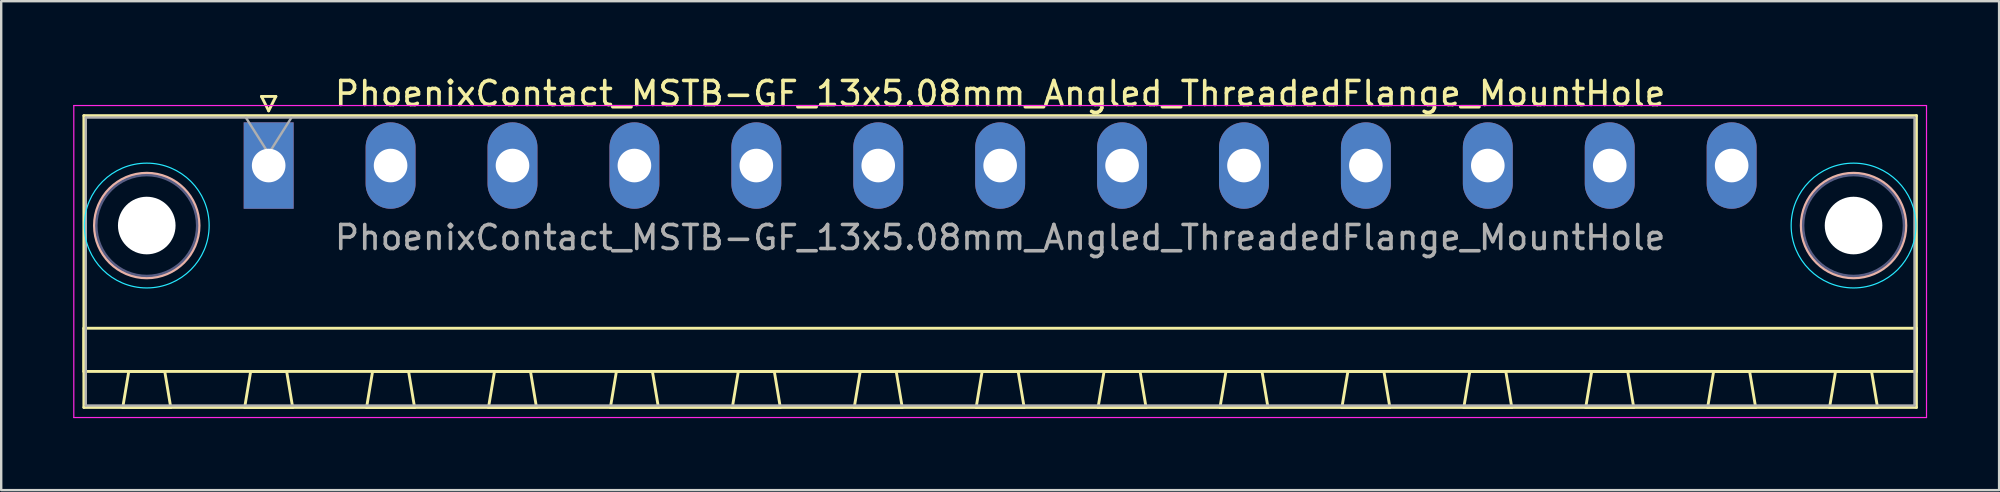
<source format=kicad_pcb>
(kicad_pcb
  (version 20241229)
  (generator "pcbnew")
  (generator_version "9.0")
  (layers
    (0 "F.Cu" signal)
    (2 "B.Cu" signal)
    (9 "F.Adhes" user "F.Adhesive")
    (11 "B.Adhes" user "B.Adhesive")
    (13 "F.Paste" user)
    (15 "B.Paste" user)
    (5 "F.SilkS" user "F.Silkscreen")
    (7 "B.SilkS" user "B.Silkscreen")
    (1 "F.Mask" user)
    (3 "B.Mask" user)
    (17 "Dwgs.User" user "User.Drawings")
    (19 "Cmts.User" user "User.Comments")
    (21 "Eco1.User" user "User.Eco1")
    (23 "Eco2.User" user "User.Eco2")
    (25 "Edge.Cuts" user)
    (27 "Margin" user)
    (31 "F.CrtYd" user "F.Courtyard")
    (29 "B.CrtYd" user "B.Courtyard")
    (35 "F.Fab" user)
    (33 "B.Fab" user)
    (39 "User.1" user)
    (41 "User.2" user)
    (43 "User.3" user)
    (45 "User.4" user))
  (footprint "PhoenixContact_MSTB-GF_13x5.08mm_Angled_ThreadedFlange_MountHole"
    (layer "F.Cu")
    (at 8.145 3.848)
    (property "Reference" "PhoenixContact_MSTB-GF_13x5.08mm_Angled_ThreadedFlange_MountHole" (at 30.48 -3 0) (layer "F.SilkS") (effects (font (size 1 1) (thickness 0.15))))
    (attr through_hole)
    (fp_line (start -7.7 -2.08) (end -7.7 10.08) (stroke (width 0.12) (type solid)) (layer "F.SilkS"))
    (fp_line (start -7.7 6.78) (end 68.66 6.78) (stroke (width 0.12) (type solid)) (layer "F.SilkS"))
    (fp_line (start -7.7 8.58) (end -7.7 6.78) (stroke (width 0.12) (type solid)) (layer "F.SilkS"))
    (fp_line (start -7.7 10.08) (end 68.66 10.08) (stroke (width 0.12) (type solid)) (layer "F.SilkS"))
    (fp_line (start -6.08 10.08) (end -4.08 10.08) (stroke (width 0.12) (type solid)) (layer "F.SilkS"))
    (fp_line (start -5.83 8.58) (end -6.08 10.08) (stroke (width 0.12) (type solid)) (layer "F.SilkS"))
    (fp_line (start -4.33 8.58) (end -5.83 8.58) (stroke (width 0.12) (type solid)) (layer "F.SilkS"))
    (fp_line (start -4.08 10.08) (end -4.33 8.58) (stroke (width 0.12) (type solid)) (layer "F.SilkS"))
    (fp_line (start -1 10.08) (end 1 10.08) (stroke (width 0.12) (type solid)) (layer "F.SilkS"))
    (fp_line (start -0.75 8.58) (end -1 10.08) (stroke (width 0.12) (type solid)) (layer "F.SilkS"))
    (fp_line (start -0.3 -2.88) (end 0.3 -2.88) (stroke (width 0.12) (type solid)) (layer "F.SilkS"))
    (fp_line (start 0 -2.28) (end -0.3 -2.88) (stroke (width 0.12) (type solid)) (layer "F.SilkS"))
    (fp_line (start 0.3 -2.88) (end 0 -2.28) (stroke (width 0.12) (type solid)) (layer "F.SilkS"))
    (fp_line (start 0.75 8.58) (end -0.75 8.58) (stroke (width 0.12) (type solid)) (layer "F.SilkS"))
    (fp_line (start 1 10.08) (end 0.75 8.58) (stroke (width 0.12) (type solid)) (layer "F.SilkS"))
    (fp_line (start 4.08 10.08) (end 6.08 10.08) (stroke (width 0.12) (type solid)) (layer "F.SilkS"))
    (fp_line (start 4.33 8.58) (end 4.08 10.08) (stroke (width 0.12) (type solid)) (layer "F.SilkS"))
    (fp_line (start 5.83 8.58) (end 4.33 8.58) (stroke (width 0.12) (type solid)) (layer "F.SilkS"))
    (fp_line (start 6.08 10.08) (end 5.83 8.58) (stroke (width 0.12) (type solid)) (layer "F.SilkS"))
    (fp_line (start 9.16 10.08) (end 11.16 10.08) (stroke (width 0.12) (type solid)) (layer "F.SilkS"))
    (fp_line (start 9.41 8.58) (end 9.16 10.08) (stroke (width 0.12) (type solid)) (layer "F.SilkS"))
    (fp_line (start 10.91 8.58) (end 9.41 8.58) (stroke (width 0.12) (type solid)) (layer "F.SilkS"))
    (fp_line (start 11.16 10.08) (end 10.91 8.58) (stroke (width 0.12) (type solid)) (layer "F.SilkS"))
    (fp_line (start 14.24 10.08) (end 16.24 10.08) (stroke (width 0.12) (type solid)) (layer "F.SilkS"))
    (fp_line (start 14.49 8.58) (end 14.24 10.08) (stroke (width 0.12) (type solid)) (layer "F.SilkS"))
    (fp_line (start 15.99 8.58) (end 14.49 8.58) (stroke (width 0.12) (type solid)) (layer "F.SilkS"))
    (fp_line (start 16.24 10.08) (end 15.99 8.58) (stroke (width 0.12) (type solid)) (layer "F.SilkS"))
    (fp_line (start 19.32 10.08) (end 21.32 10.08) (stroke (width 0.12) (type solid)) (layer "F.SilkS"))
    (fp_line (start 19.57 8.58) (end 19.32 10.08) (stroke (width 0.12) (type solid)) (layer "F.SilkS"))
    (fp_line (start 21.07 8.58) (end 19.57 8.58) (stroke (width 0.12) (type solid)) (layer "F.SilkS"))
    (fp_line (start 21.32 10.08) (end 21.07 8.58) (stroke (width 0.12) (type solid)) (layer "F.SilkS"))
    (fp_line (start 24.4 10.08) (end 26.4 10.08) (stroke (width 0.12) (type solid)) (layer "F.SilkS"))
    (fp_line (start 24.65 8.58) (end 24.4 10.08) (stroke (width 0.12) (type solid)) (layer "F.SilkS"))
    (fp_line (start 26.15 8.58) (end 24.65 8.58) (stroke (width 0.12) (type solid)) (layer "F.SilkS"))
    (fp_line (start 26.4 10.08) (end 26.15 8.58) (stroke (width 0.12) (type solid)) (layer "F.SilkS"))
    (fp_line (start 29.48 10.08) (end 31.48 10.08) (stroke (width 0.12) (type solid)) (layer "F.SilkS"))
    (fp_line (start 29.73 8.58) (end 29.48 10.08) (stroke (width 0.12) (type solid)) (layer "F.SilkS"))
    (fp_line (start 31.23 8.58) (end 29.73 8.58) (stroke (width 0.12) (type solid)) (layer "F.SilkS"))
    (fp_line (start 31.48 10.08) (end 31.23 8.58) (stroke (width 0.12) (type solid)) (layer "F.SilkS"))
    (fp_line (start 34.56 10.08) (end 36.56 10.08) (stroke (width 0.12) (type solid)) (layer "F.SilkS"))
    (fp_line (start 34.81 8.58) (end 34.56 10.08) (stroke (width 0.12) (type solid)) (layer "F.SilkS"))
    (fp_line (start 36.31 8.58) (end 34.81 8.58) (stroke (width 0.12) (type solid)) (layer "F.SilkS"))
    (fp_line (start 36.56 10.08) (end 36.31 8.58) (stroke (width 0.12) (type solid)) (layer "F.SilkS"))
    (fp_line (start 39.64 10.08) (end 41.64 10.08) (stroke (width 0.12) (type solid)) (layer "F.SilkS"))
    (fp_line (start 39.89 8.58) (end 39.64 10.08) (stroke (width 0.12) (type solid)) (layer "F.SilkS"))
    (fp_line (start 41.39 8.58) (end 39.89 8.58) (stroke (width 0.12) (type solid)) (layer "F.SilkS"))
    (fp_line (start 41.64 10.08) (end 41.39 8.58) (stroke (width 0.12) (type solid)) (layer "F.SilkS"))
    (fp_line (start 44.72 10.08) (end 46.72 10.08) (stroke (width 0.12) (type solid)) (layer "F.SilkS"))
    (fp_line (start 44.97 8.58) (end 44.72 10.08) (stroke (width 0.12) (type solid)) (layer "F.SilkS"))
    (fp_line (start 46.47 8.58) (end 44.97 8.58) (stroke (width 0.12) (type solid)) (layer "F.SilkS"))
    (fp_line (start 46.72 10.08) (end 46.47 8.58) (stroke (width 0.12) (type solid)) (layer "F.SilkS"))
    (fp_line (start 49.8 10.08) (end 51.8 10.08) (stroke (width 0.12) (type solid)) (layer "F.SilkS"))
    (fp_line (start 50.05 8.58) (end 49.8 10.08) (stroke (width 0.12) (type solid)) (layer "F.SilkS"))
    (fp_line (start 51.55 8.58) (end 50.05 8.58) (stroke (width 0.12) (type solid)) (layer "F.SilkS"))
    (fp_line (start 51.8 10.08) (end 51.55 8.58) (stroke (width 0.12) (type solid)) (layer "F.SilkS"))
    (fp_line (start 54.88 10.08) (end 56.88 10.08) (stroke (width 0.12) (type solid)) (layer "F.SilkS"))
    (fp_line (start 55.13 8.58) (end 54.88 10.08) (stroke (width 0.12) (type solid)) (layer "F.SilkS"))
    (fp_line (start 56.63 8.58) (end 55.13 8.58) (stroke (width 0.12) (type solid)) (layer "F.SilkS"))
    (fp_line (start 56.88 10.08) (end 56.63 8.58) (stroke (width 0.12) (type solid)) (layer "F.SilkS"))
    (fp_line (start 59.96 10.08) (end 61.96 10.08) (stroke (width 0.12) (type solid)) (layer "F.SilkS"))
    (fp_line (start 60.21 8.58) (end 59.96 10.08) (stroke (width 0.12) (type solid)) (layer "F.SilkS"))
    (fp_line (start 61.71 8.58) (end 60.21 8.58) (stroke (width 0.12) (type solid)) (layer "F.SilkS"))
    (fp_line (start 61.96 10.08) (end 61.71 8.58) (stroke (width 0.12) (type solid)) (layer "F.SilkS"))
    (fp_line (start 65.04 10.08) (end 67.04 10.08) (stroke (width 0.12) (type solid)) (layer "F.SilkS"))
    (fp_line (start 65.29 8.58) (end 65.04 10.08) (stroke (width 0.12) (type solid)) (layer "F.SilkS"))
    (fp_line (start 66.79 8.58) (end 65.29 8.58) (stroke (width 0.12) (type solid)) (layer "F.SilkS"))
    (fp_line (start 67.04 10.08) (end 66.79 8.58) (stroke (width 0.12) (type solid)) (layer "F.SilkS"))
    (fp_line (start 68.66 -2.08) (end -7.7 -2.08) (stroke (width 0.12) (type solid)) (layer "F.SilkS"))
    (fp_line (start 68.66 6.78) (end 68.66 8.58) (stroke (width 0.12) (type solid)) (layer "F.SilkS"))
    (fp_line (start 68.66 8.58) (end -7.7 8.58) (stroke (width 0.12) (type solid)) (layer "F.SilkS"))
    (fp_line (start 68.66 10.08) (end 68.66 -2.08) (stroke (width 0.12) (type solid)) (layer "F.SilkS"))
    (fp_circle (center -5.08 2.5) (end -2.9 2.5) (stroke (width 0.12) (type solid)) (fill no) (layer "B.SilkS"))
    (fp_circle (center 66.04 2.5) (end 68.22 2.5) (stroke (width 0.12) (type solid)) (fill no) (layer "B.SilkS"))
    (fp_circle (center -5.08 2.5) (end -2.48 2.5) (stroke (width 0.05) (type solid)) (fill no) (layer "B.CrtYd"))
    (fp_circle (center 66.04 2.5) (end 68.64 2.5) (stroke (width 0.05) (type solid)) (fill no) (layer "B.CrtYd"))
    (fp_line (start -8.12 -2.5) (end -8.12 10.5) (stroke (width 0.05) (type solid)) (layer "F.CrtYd"))
    (fp_line (start -8.12 10.5) (end 69.08 10.5) (stroke (width 0.05) (type solid)) (layer "F.CrtYd"))
    (fp_line (start 69.08 -2.5) (end -8.12 -2.5) (stroke (width 0.05) (type solid)) (layer "F.CrtYd"))
    (fp_line (start 69.08 10.5) (end 69.08 -2.5) (stroke (width 0.05) (type solid)) (layer "F.CrtYd"))
    (fp_circle (center -5.08 2.5) (end -2.98 2.5) (stroke (width 0.1) (type solid)) (fill no) (layer "B.Fab"))
    (fp_circle (center 66.04 2.5) (end 68.14 2.5) (stroke (width 0.1) (type solid)) (fill no) (layer "B.Fab"))
    (fp_line (start -7.62 -2) (end -7.62 10) (stroke (width 0.1) (type solid)) (layer "F.Fab"))
    (fp_line (start -7.62 10) (end 68.58 10) (stroke (width 0.1) (type solid)) (layer "F.Fab"))
    (fp_line (start 0 -0.5) (end -0.95 -2) (stroke (width 0.1) (type solid)) (layer "F.Fab"))
    (fp_line (start 0.95 -2) (end 0 -0.5) (stroke (width 0.1) (type solid)) (layer "F.Fab"))
    (fp_line (start 68.58 -2) (end -7.62 -2) (stroke (width 0.1) (type solid)) (layer "F.Fab"))
    (fp_line (start 68.58 10) (end 68.58 -2) (stroke (width 0.1) (type solid)) (layer "F.Fab"))
    (fp_text user "${REFERENCE}" (at 30.48 3 0) (layer "F.Fab") (effects (font (size 1 1) (thickness 0.15))))
    (pad "" np_thru_hole circle (at -5.08 2.5) (size 2.4 2.4) (drill 2.4) (layers "*.Cu" "*.Mask"))
    (pad "" np_thru_hole circle (at 66.04 2.5) (size 2.4 2.4) (drill 2.4) (layers "*.Cu" "*.Mask"))
    (pad "1" thru_hole rect (at 0 0) (size 2.08 3.6) (drill 1.4) (layers "*.Cu" "*.Mask"))
    (pad "2" thru_hole oval (at 5.08 0) (size 2.08 3.6) (drill 1.4) (layers "*.Cu" "*.Mask"))
    (pad "3" thru_hole oval (at 10.16 0) (size 2.08 3.6) (drill 1.4) (layers "*.Cu" "*.Mask"))
    (pad "4" thru_hole oval (at 15.24 0) (size 2.08 3.6) (drill 1.4) (layers "*.Cu" "*.Mask"))
    (pad "5" thru_hole oval (at 20.32 0) (size 2.08 3.6) (drill 1.4) (layers "*.Cu" "*.Mask"))
    (pad "6" thru_hole oval (at 25.4 0) (size 2.08 3.6) (drill 1.4) (layers "*.Cu" "*.Mask"))
    (pad "7" thru_hole oval (at 30.48 0) (size 2.08 3.6) (drill 1.4) (layers "*.Cu" "*.Mask"))
    (pad "8" thru_hole oval (at 35.56 0) (size 2.08 3.6) (drill 1.4) (layers "*.Cu" "*.Mask"))
    (pad "9" thru_hole oval (at 40.64 0) (size 2.08 3.6) (drill 1.4) (layers "*.Cu" "*.Mask"))
    (pad "10" thru_hole oval (at 45.72 0) (size 2.08 3.6) (drill 1.4) (layers "*.Cu" "*.Mask"))
    (pad "11" thru_hole oval (at 50.8 0) (size 2.08 3.6) (drill 1.4) (layers "*.Cu" "*.Mask"))
    (pad "12" thru_hole oval (at 55.88 0) (size 2.08 3.6) (drill 1.4) (layers "*.Cu" "*.Mask"))
    (pad "13" thru_hole oval (at 60.96 0) (size 2.08 3.6) (drill 1.4) (layers "*.Cu" "*.Mask")))
  (gr_rect
    (start -3 -3)
    (end 80.25 17.373)
    (stroke (width 0.1) (type default))
    (fill no)
    (layer "Edge.Cuts")))
</source>
